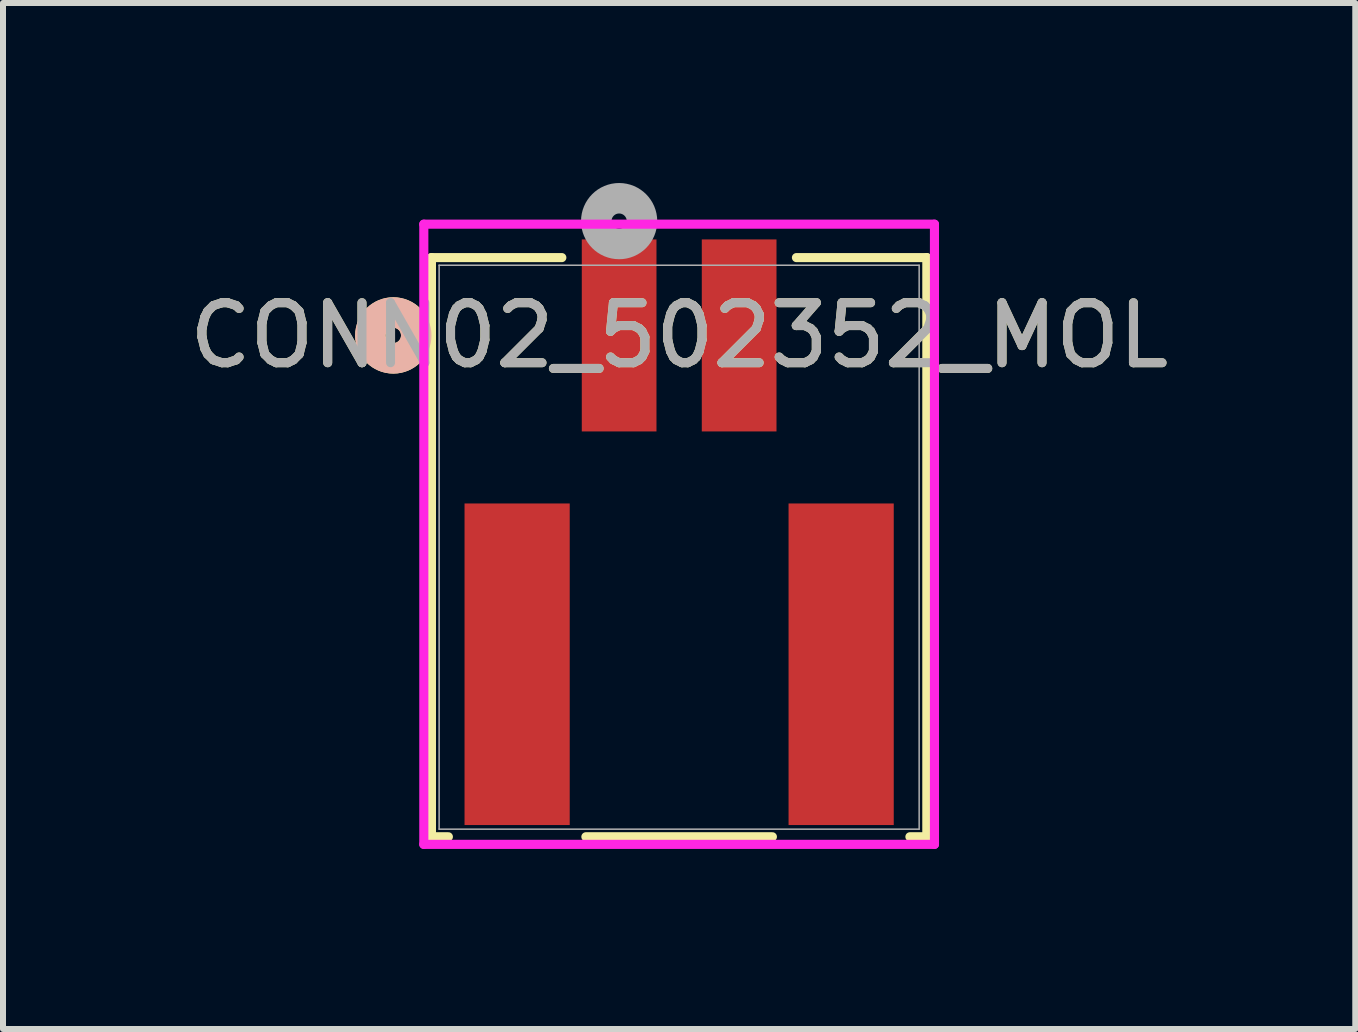
<source format=kicad_pcb>
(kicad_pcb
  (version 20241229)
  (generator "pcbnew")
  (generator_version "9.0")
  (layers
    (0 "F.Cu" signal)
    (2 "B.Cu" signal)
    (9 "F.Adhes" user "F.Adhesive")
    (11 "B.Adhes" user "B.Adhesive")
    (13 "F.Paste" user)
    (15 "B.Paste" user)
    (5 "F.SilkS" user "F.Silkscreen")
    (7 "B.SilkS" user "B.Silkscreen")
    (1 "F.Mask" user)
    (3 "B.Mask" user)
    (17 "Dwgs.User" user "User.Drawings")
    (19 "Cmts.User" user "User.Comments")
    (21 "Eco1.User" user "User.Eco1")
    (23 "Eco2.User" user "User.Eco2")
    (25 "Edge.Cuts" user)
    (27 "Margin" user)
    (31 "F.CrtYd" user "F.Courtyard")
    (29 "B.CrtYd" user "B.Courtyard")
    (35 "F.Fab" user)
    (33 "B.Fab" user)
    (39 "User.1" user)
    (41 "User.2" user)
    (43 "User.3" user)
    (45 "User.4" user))
  (footprint "CONN02_502352_MOL"
    (layer "F.Cu")
    (at 8.268 6.069)
    (property "Reference" "CONN02_502352_MOL" (at 0 -3.529 0) (unlocked yes) (layer "F.SilkS") (effects (font (size 1 1) (thickness 0.15))))
    (attr smd)
    (fp_line (start -4.128 -4.826) (end -4.128 4.826) (stroke (width 0.152) (type solid)) (layer "F.SilkS"))
    (fp_line (start -4.128 4.826) (end -3.846 4.826) (stroke (width 0.152) (type solid)) (layer "F.SilkS"))
    (fp_line (start -1.955 -4.826) (end -4.128 -4.826) (stroke (width 0.152) (type solid)) (layer "F.SilkS"))
    (fp_line (start -1.554 4.826) (end 1.554 4.826) (stroke (width 0.152) (type solid)) (layer "F.SilkS"))
    (fp_line (start 3.846 4.826) (end 4.128 4.826) (stroke (width 0.152) (type solid)) (layer "F.SilkS"))
    (fp_line (start 4.128 -4.826) (end 1.955 -4.826) (stroke (width 0.152) (type solid)) (layer "F.SilkS"))
    (fp_line (start 4.128 4.826) (end 4.128 -4.826) (stroke (width 0.152) (type solid)) (layer "F.SilkS"))
    (fp_circle (center -4.763 -3.529) (end -4.381 -3.529) (stroke (width 0.508) (type solid)) (fill no) (layer "F.SilkS"))
    (fp_circle (center -4.763 -3.529) (end -4.381 -3.529) (stroke (width 0.508) (type solid)) (fill no) (layer "B.SilkS"))
    (fp_line (start -4.255 -5.383) (end -4.255 4.953) (stroke (width 0.152) (type solid)) (layer "F.CrtYd"))
    (fp_line (start -4.255 4.953) (end 4.255 4.953) (stroke (width 0.152) (type solid)) (layer "F.CrtYd"))
    (fp_line (start 4.255 -5.383) (end -4.255 -5.383) (stroke (width 0.152) (type solid)) (layer "F.CrtYd"))
    (fp_line (start 4.255 4.953) (end 4.255 -5.383) (stroke (width 0.152) (type solid)) (layer "F.CrtYd"))
    (fp_line (start -4 -4.699) (end -4 4.699) (stroke (width 0.025) (type solid)) (layer "F.Fab"))
    (fp_line (start -4 4.699) (end 4 4.699) (stroke (width 0.025) (type solid)) (layer "F.Fab"))
    (fp_line (start 4 -4.699) (end -4 -4.699) (stroke (width 0.025) (type solid)) (layer "F.Fab"))
    (fp_line (start 4 4.699) (end 4 -4.699) (stroke (width 0.025) (type solid)) (layer "F.Fab"))
    (fp_circle (center -1 -5.434) (end -0.619 -5.434) (stroke (width 0.508) (type solid)) (fill no) (layer "F.Fab"))
    (fp_text user "${REFERENCE}" (at 0 -3.529 0) (unlocked yes) (layer "F.Fab") (effects (font (size 1 1) (thickness 0.15))))
    (pad "1" smd rect (at -1 -3.529) (size 1.245 3.2) (layers "F.Cu" "F.Mask" "F.Paste"))
    (pad "2" smd rect (at 1 -3.529) (size 1.245 3.2) (layers "F.Cu" "F.Mask" "F.Paste"))
    (pad "3" smd rect (at -2.7 1.951) (size 1.753 5.359) (layers "F.Cu" "F.Mask" "F.Paste"))
    (pad "4" smd rect (at 2.7 1.951) (size 1.753 5.359) (layers "F.Cu" "F.Mask" "F.Paste")))
  (gr_rect
    (start -3 -3)
    (end 19.536 14.098)
    (stroke (width 0.1) (type default))
    (fill no)
    (layer "Edge.Cuts")))
</source>
